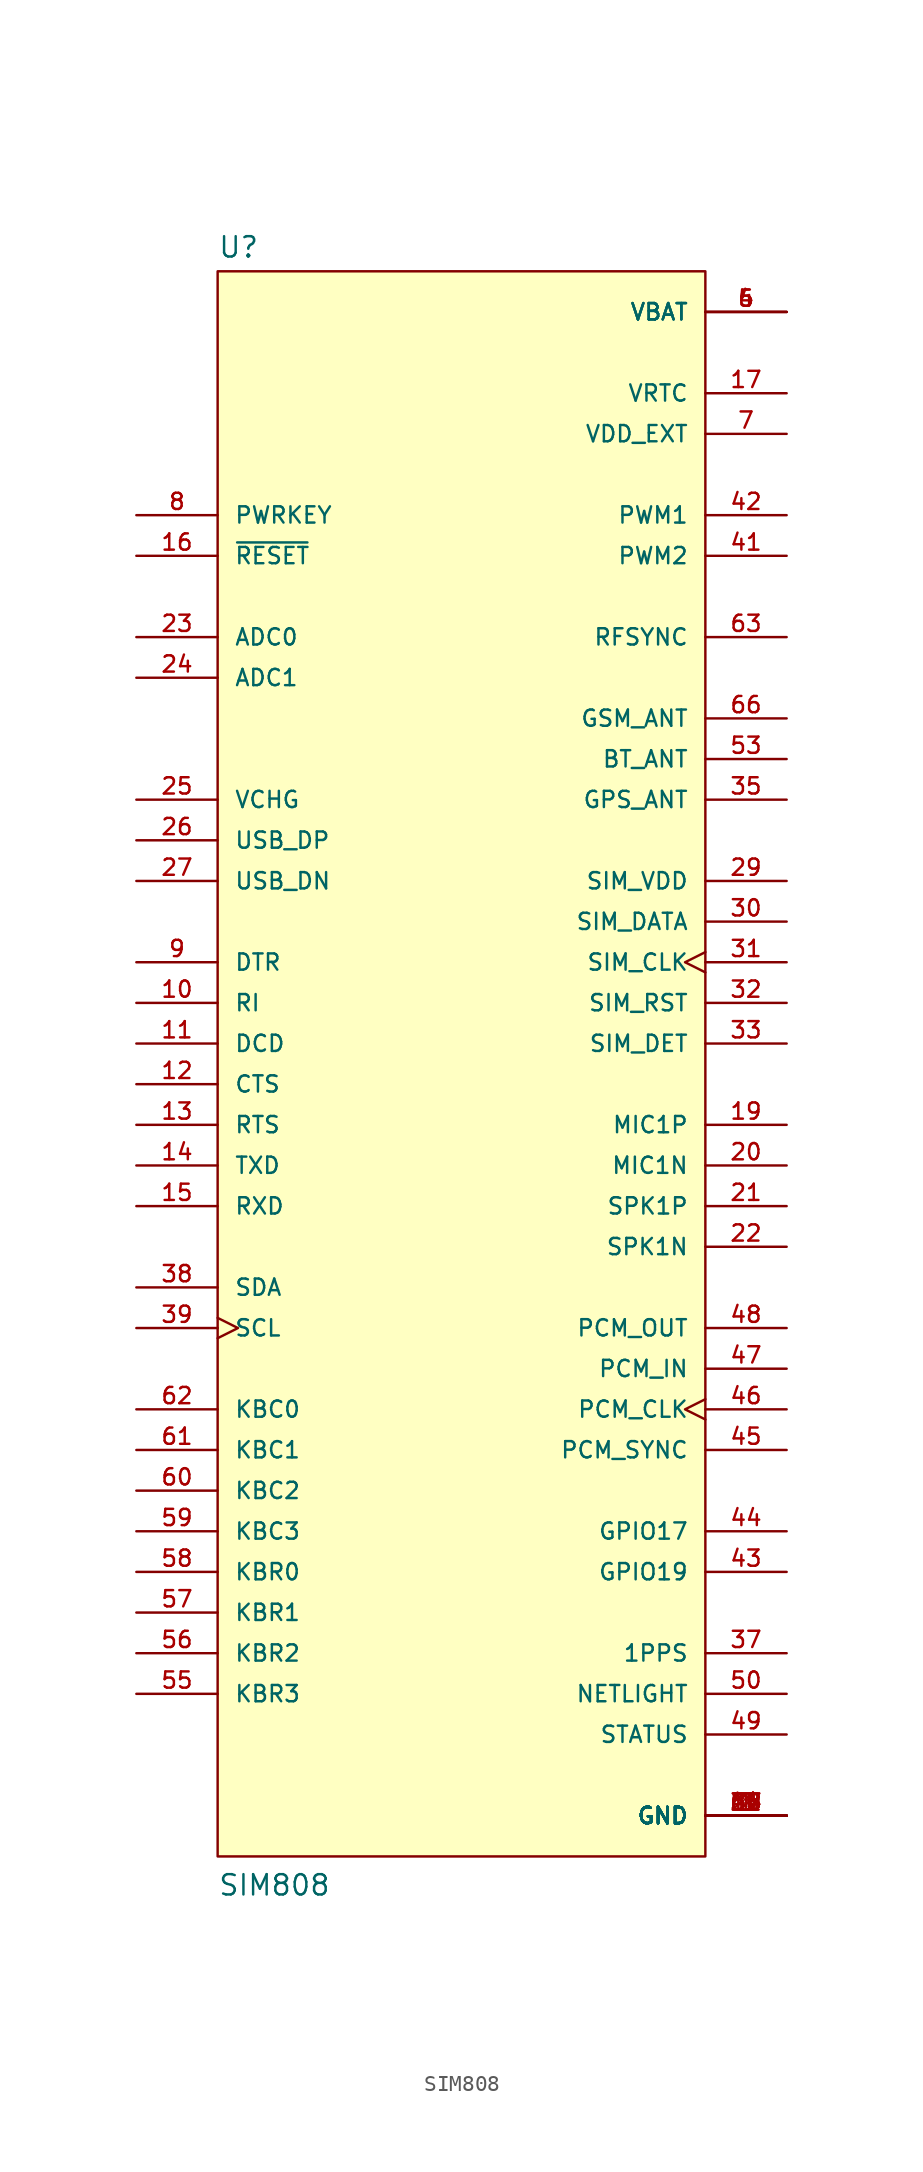
<source format=kicad_sym>
(kicad_symbol_lib
  (version 20211014)
  (generator kicad_symbol_editor)
  (symbol "SIM808"
    (pin_names
      (offset 1.016))
    (property "Reference" "U"
      (at -15.24 49.022 0)
      (effects (font (size 1.27 1.27)) (justify bottom left)))
    (property "Value" "SIM808"
      (at -15.24 -53.34 0)
      (effects (font (size 1.27 1.27)) (justify bottom left)))
    (symbol "SIM808_0_0"
      (rectangle (start -15.24 -50.8) (end 15.24 48.26) (stroke (width 0.152)) (fill (type background)))
      (pin power_in line (at 20.32 -48.26 180.0) (length 5.08) (name "GND" (effects (font (size 1.016 1.016)))) (number "1" (effects (font (size 1.016 1.016)))))
      (pin power_in line (at 20.32 -48.26 180.0) (length 5.08) (name "GND" (effects (font (size 1.016 1.016)))) (number "2" (effects (font (size 1.016 1.016)))))
      (pin power_in line (at 20.32 -48.26 180.0) (length 5.08) (name "GND" (effects (font (size 1.016 1.016)))) (number "3" (effects (font (size 1.016 1.016)))))
      (pin power_in line (at 20.32 -48.26 180.0) (length 5.08) (name "GND" (effects (font (size 1.016 1.016)))) (number "18" (effects (font (size 1.016 1.016)))))
      (pin power_in line (at 20.32 -48.26 180.0) (length 5.08) (name "GND" (effects (font (size 1.016 1.016)))) (number "28" (effects (font (size 1.016 1.016)))))
      (pin power_in line (at 20.32 -48.26 180.0) (length 5.08) (name "GND" (effects (font (size 1.016 1.016)))) (number "34" (effects (font (size 1.016 1.016)))))
      (pin power_in line (at 20.32 -48.26 180.0) (length 5.08) (name "GND" (effects (font (size 1.016 1.016)))) (number "36" (effects (font (size 1.016 1.016)))))
      (pin power_in line (at 20.32 -48.26 180.0) (length 5.08) (name "GND" (effects (font (size 1.016 1.016)))) (number "40" (effects (font (size 1.016 1.016)))))
      (pin power_in line (at 20.32 -48.26 180.0) (length 5.08) (name "GND" (effects (font (size 1.016 1.016)))) (number "51" (effects (font (size 1.016 1.016)))))
      (pin power_in line (at 20.32 -48.26 180.0) (length 5.08) (name "GND" (effects (font (size 1.016 1.016)))) (number "52" (effects (font (size 1.016 1.016)))))
      (pin power_in line (at 20.32 -48.26 180.0) (length 5.08) (name "GND" (effects (font (size 1.016 1.016)))) (number "54" (effects (font (size 1.016 1.016)))))
      (pin power_in line (at 20.32 -48.26 180.0) (length 5.08) (name "GND" (effects (font (size 1.016 1.016)))) (number "64" (effects (font (size 1.016 1.016)))))
      (pin power_in line (at 20.32 -48.26 180.0) (length 5.08) (name "GND" (effects (font (size 1.016 1.016)))) (number "65" (effects (font (size 1.016 1.016)))))
      (pin power_in line (at 20.32 -48.26 180.0) (length 5.08) (name "GND" (effects (font (size 1.016 1.016)))) (number "67" (effects (font (size 1.016 1.016)))))
      (pin power_in line (at 20.32 -48.26 180.0) (length 5.08) (name "GND" (effects (font (size 1.016 1.016)))) (number "68" (effects (font (size 1.016 1.016)))))
      (pin power_in line (at 20.32 45.72 180.0) (length 5.08) (name "VBAT" (effects (font (size 1.016 1.016)))) (number "4" (effects (font (size 1.016 1.016)))))
      (pin power_in line (at 20.32 45.72 180.0) (length 5.08) (name "VBAT" (effects (font (size 1.016 1.016)))) (number "5" (effects (font (size 1.016 1.016)))))
      (pin power_in line (at 20.32 45.72 180.0) (length 5.08) (name "VBAT" (effects (font (size 1.016 1.016)))) (number "6" (effects (font (size 1.016 1.016)))))
      (pin output line (at 20.32 38.1 180.0) (length 5.08) (name "VDD_EXT" (effects (font (size 1.016 1.016)))) (number "7" (effects (font (size 1.016 1.016)))))
      (pin input line (at -20.32 33.02 0) (length 5.08) (name "PWRKEY" (effects (font (size 1.016 1.016)))) (number "8" (effects (font (size 1.016 1.016)))))
      (pin input line (at -20.32 5.08 0) (length 5.08) (name "DTR" (effects (font (size 1.016 1.016)))) (number "9" (effects (font (size 1.016 1.016)))))
      (pin output line (at -20.32 2.54 0) (length 5.08) (name "RI" (effects (font (size 1.016 1.016)))) (number "10" (effects (font (size 1.016 1.016)))))
      (pin output line (at -20.32 0.0 0) (length 5.08) (name "DCD" (effects (font (size 1.016 1.016)))) (number "11" (effects (font (size 1.016 1.016)))))
      (pin output line (at -20.32 -2.54 0) (length 5.08) (name "CTS" (effects (font (size 1.016 1.016)))) (number "12" (effects (font (size 1.016 1.016)))))
      (pin input line (at -20.32 -5.08 0) (length 5.08) (name "RTS" (effects (font (size 1.016 1.016)))) (number "13" (effects (font (size 1.016 1.016)))))
      (pin output line (at -20.32 -7.62 0) (length 5.08) (name "TXD" (effects (font (size 1.016 1.016)))) (number "14" (effects (font (size 1.016 1.016)))))
      (pin input line (at -20.32 -10.16 0) (length 5.08) (name "RXD" (effects (font (size 1.016 1.016)))) (number "15" (effects (font (size 1.016 1.016)))))
      (pin input line (at -20.32 30.48 0) (length 5.08) (name "~{RESET}" (effects (font (size 1.016 1.016)))) (number "16" (effects (font (size 1.016 1.016)))))
      (pin bidirectional line (at 20.32 40.64 180.0) (length 5.08) (name "VRTC" (effects (font (size 1.016 1.016)))) (number "17" (effects (font (size 1.016 1.016)))))
      (pin input line (at 20.32 -5.08 180.0) (length 5.08) (name "MIC1P" (effects (font (size 1.016 1.016)))) (number "19" (effects (font (size 1.016 1.016)))))
      (pin input line (at 20.32 -7.62 180.0) (length 5.08) (name "MIC1N" (effects (font (size 1.016 1.016)))) (number "20" (effects (font (size 1.016 1.016)))))
      (pin output line (at 20.32 -10.16 180.0) (length 5.08) (name "SPK1P" (effects (font (size 1.016 1.016)))) (number "21" (effects (font (size 1.016 1.016)))))
      (pin output line (at 20.32 -12.7 180.0) (length 5.08) (name "SPK1N" (effects (font (size 1.016 1.016)))) (number "22" (effects (font (size 1.016 1.016)))))
      (pin input line (at -20.32 25.4 0) (length 5.08) (name "ADC0" (effects (font (size 1.016 1.016)))) (number "23" (effects (font (size 1.016 1.016)))))
      (pin input line (at -20.32 22.86 0) (length 5.08) (name "ADC1" (effects (font (size 1.016 1.016)))) (number "24" (effects (font (size 1.016 1.016)))))
      (pin input line (at -20.32 15.24 0) (length 5.08) (name "VCHG" (effects (font (size 1.016 1.016)))) (number "25" (effects (font (size 1.016 1.016)))))
      (pin bidirectional line (at -20.32 12.7 0) (length 5.08) (name "USB_DP" (effects (font (size 1.016 1.016)))) (number "26" (effects (font (size 1.016 1.016)))))
      (pin bidirectional line (at -20.32 10.16 0) (length 5.08) (name "USB_DN" (effects (font (size 1.016 1.016)))) (number "27" (effects (font (size 1.016 1.016)))))
      (pin output line (at 20.32 10.16 180.0) (length 5.08) (name "SIM_VDD" (effects (font (size 1.016 1.016)))) (number "29" (effects (font (size 1.016 1.016)))))
      (pin bidirectional line (at 20.32 7.62 180.0) (length 5.08) (name "SIM_DATA" (effects (font (size 1.016 1.016)))) (number "30" (effects (font (size 1.016 1.016)))))
      (pin output clock (at 20.32 5.08 180.0) (length 5.08) (name "SIM_CLK" (effects (font (size 1.016 1.016)))) (number "31" (effects (font (size 1.016 1.016)))))
      (pin output line (at 20.32 2.54 180.0) (length 5.08) (name "SIM_RST" (effects (font (size 1.016 1.016)))) (number "32" (effects (font (size 1.016 1.016)))))
      (pin input line (at 20.32 0.0 180.0) (length 5.08) (name "SIM_DET" (effects (font (size 1.016 1.016)))) (number "33" (effects (font (size 1.016 1.016)))))
      (pin input line (at 20.32 15.24 180.0) (length 5.08) (name "GPS_ANT" (effects (font (size 1.016 1.016)))) (number "35" (effects (font (size 1.016 1.016)))))
      (pin output line (at 20.32 -38.1 180.0) (length 5.08) (name "1PPS" (effects (font (size 1.016 1.016)))) (number "37" (effects (font (size 1.016 1.016)))))
      (pin bidirectional line (at -20.32 -15.24 0) (length 5.08) (name "SDA" (effects (font (size 1.016 1.016)))) (number "38" (effects (font (size 1.016 1.016)))))
      (pin input clock (at -20.32 -17.78 0) (length 5.08) (name "SCL" (effects (font (size 1.016 1.016)))) (number "39" (effects (font (size 1.016 1.016)))))
      (pin output line (at 20.32 30.48 180.0) (length 5.08) (name "PWM2" (effects (font (size 1.016 1.016)))) (number "41" (effects (font (size 1.016 1.016)))))
      (pin output line (at 20.32 33.02 180.0) (length 5.08) (name "PWM1" (effects (font (size 1.016 1.016)))) (number "42" (effects (font (size 1.016 1.016)))))
      (pin bidirectional line (at 20.32 -33.02 180.0) (length 5.08) (name "GPIO19" (effects (font (size 1.016 1.016)))) (number "43" (effects (font (size 1.016 1.016)))))
      (pin bidirectional line (at 20.32 -30.48 180.0) (length 5.08) (name "GPIO17" (effects (font (size 1.016 1.016)))) (number "44" (effects (font (size 1.016 1.016)))))
      (pin output line (at 20.32 -25.4 180.0) (length 5.08) (name "PCM_SYNC" (effects (font (size 1.016 1.016)))) (number "45" (effects (font (size 1.016 1.016)))))
      (pin input clock (at 20.32 -22.86 180.0) (length 5.08) (name "PCM_CLK" (effects (font (size 1.016 1.016)))) (number "46" (effects (font (size 1.016 1.016)))))
      (pin input line (at 20.32 -20.32 180.0) (length 5.08) (name "PCM_IN" (effects (font (size 1.016 1.016)))) (number "47" (effects (font (size 1.016 1.016)))))
      (pin output line (at 20.32 -17.78 180.0) (length 5.08) (name "PCM_OUT" (effects (font (size 1.016 1.016)))) (number "48" (effects (font (size 1.016 1.016)))))
      (pin output line (at 20.32 -43.18 180.0) (length 5.08) (name "STATUS" (effects (font (size 1.016 1.016)))) (number "49" (effects (font (size 1.016 1.016)))))
      (pin output line (at 20.32 -40.64 180.0) (length 5.08) (name "NETLIGHT" (effects (font (size 1.016 1.016)))) (number "50" (effects (font (size 1.016 1.016)))))
      (pin bidirectional line (at 20.32 17.78 180.0) (length 5.08) (name "BT_ANT" (effects (font (size 1.016 1.016)))) (number "53" (effects (font (size 1.016 1.016)))))
      (pin output line (at -20.32 -40.64 0) (length 5.08) (name "KBR3" (effects (font (size 1.016 1.016)))) (number "55" (effects (font (size 1.016 1.016)))))
      (pin output line (at -20.32 -38.1 0) (length 5.08) (name "KBR2" (effects (font (size 1.016 1.016)))) (number "56" (effects (font (size 1.016 1.016)))))
      (pin output line (at -20.32 -35.56 0) (length 5.08) (name "KBR1" (effects (font (size 1.016 1.016)))) (number "57" (effects (font (size 1.016 1.016)))))
      (pin output line (at -20.32 -33.02 0) (length 5.08) (name "KBR0" (effects (font (size 1.016 1.016)))) (number "58" (effects (font (size 1.016 1.016)))))
      (pin input line (at -20.32 -30.48 0) (length 5.08) (name "KBC3" (effects (font (size 1.016 1.016)))) (number "59" (effects (font (size 1.016 1.016)))))
      (pin input line (at -20.32 -27.94 0) (length 5.08) (name "KBC2" (effects (font (size 1.016 1.016)))) (number "60" (effects (font (size 1.016 1.016)))))
      (pin input line (at -20.32 -25.4 0) (length 5.08) (name "KBC1" (effects (font (size 1.016 1.016)))) (number "61" (effects (font (size 1.016 1.016)))))
      (pin input line (at -20.32 -22.86 0) (length 5.08) (name "KBC0" (effects (font (size 1.016 1.016)))) (number "62" (effects (font (size 1.016 1.016)))))
      (pin output line (at 20.32 25.4 180.0) (length 5.08) (name "RFSYNC" (effects (font (size 1.016 1.016)))) (number "63" (effects (font (size 1.016 1.016)))))
      (pin bidirectional line (at 20.32 20.32 180.0) (length 5.08) (name "GSM_ANT" (effects (font (size 1.016 1.016)))) (number "66" (effects (font (size 1.016 1.016))))))))
</source>
